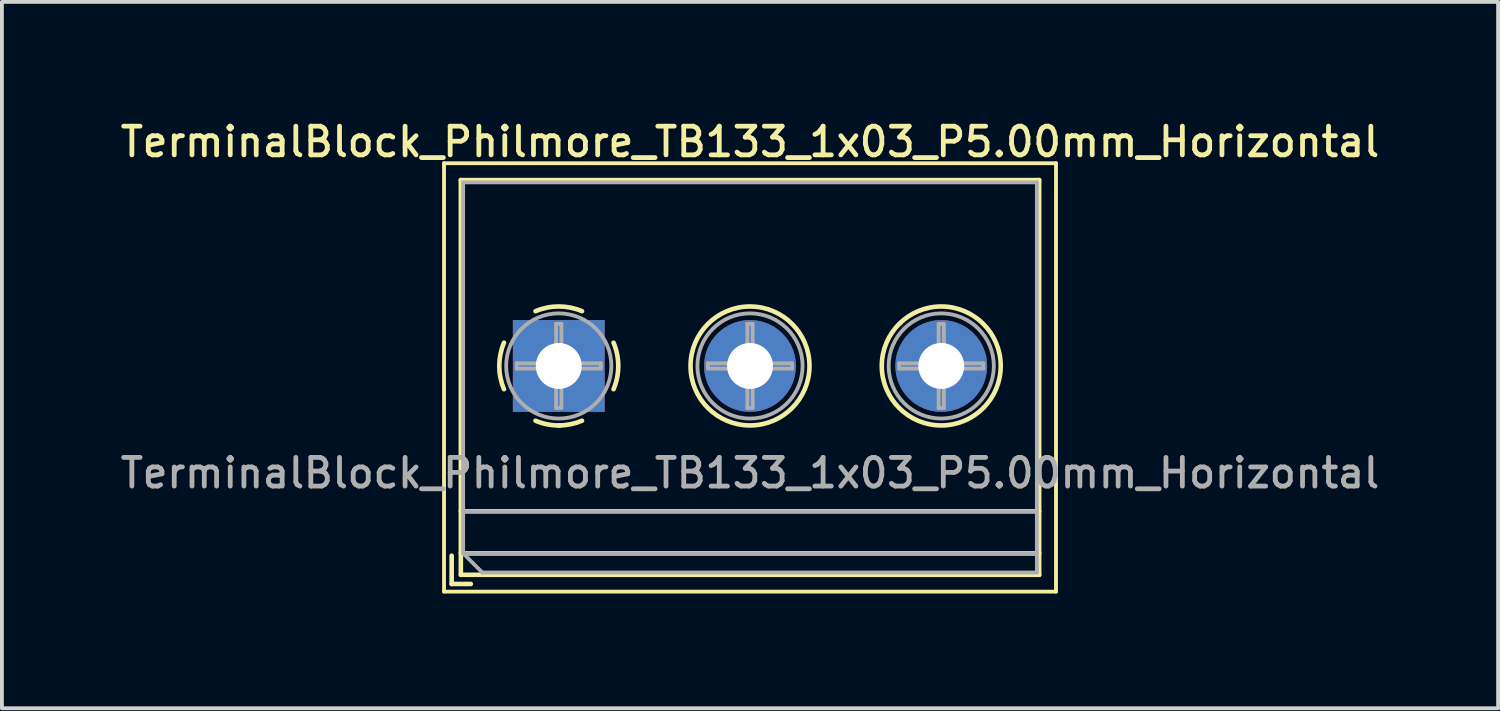
<source format=kicad_pcb>
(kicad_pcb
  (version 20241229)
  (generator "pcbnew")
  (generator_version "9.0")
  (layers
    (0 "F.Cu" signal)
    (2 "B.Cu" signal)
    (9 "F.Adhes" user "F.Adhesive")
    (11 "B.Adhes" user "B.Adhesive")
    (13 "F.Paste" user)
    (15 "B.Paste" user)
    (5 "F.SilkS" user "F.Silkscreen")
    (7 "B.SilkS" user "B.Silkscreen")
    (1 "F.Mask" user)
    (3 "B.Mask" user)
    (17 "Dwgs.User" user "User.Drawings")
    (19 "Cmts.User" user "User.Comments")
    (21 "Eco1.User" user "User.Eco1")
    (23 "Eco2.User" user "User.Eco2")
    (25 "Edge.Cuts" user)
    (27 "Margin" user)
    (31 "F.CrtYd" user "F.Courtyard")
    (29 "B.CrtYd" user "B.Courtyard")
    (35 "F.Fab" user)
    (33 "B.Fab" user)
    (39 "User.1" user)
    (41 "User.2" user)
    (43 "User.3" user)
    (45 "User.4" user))
  (footprint "TerminalBlock_Philmore_TB133_1x03_P5.00mm_Horizontal"
    (layer "F.Cu")
    (at 11.559 6.518)
    (property "Reference" "TerminalBlock_Philmore_TB133_1x03_P5.00mm_Horizontal" (at 5 -5.86 0) (layer "F.SilkS") (effects (font (size 0.75 0.75) (thickness 0.125))))
    (attr through_hole)
    (fp_line (start -3 -5.3) (end -3 5.9) (stroke (width 0.1) (type solid)) (layer "F.SilkS"))
    (fp_line (start -3 5.9) (end 13 5.9) (stroke (width 0.1) (type solid)) (layer "F.SilkS"))
    (fp_line (start -2.8 4.96) (end -2.8 5.7) (stroke (width 0.12) (type solid)) (layer "F.SilkS"))
    (fp_line (start -2.8 5.7) (end -2.3 5.7) (stroke (width 0.12) (type solid)) (layer "F.SilkS"))
    (fp_line (start -2.56 -4.86) (end -2.56 5.46) (stroke (width 0.12) (type solid)) (layer "F.SilkS"))
    (fp_line (start -2.56 -4.86) (end 12.56 -4.86) (stroke (width 0.12) (type solid)) (layer "F.SilkS"))
    (fp_line (start -2.56 3.8) (end 12.56 3.8) (stroke (width 0.12) (type solid)) (layer "F.SilkS"))
    (fp_line (start -2.56 4.9) (end 12.56 4.9) (stroke (width 0.12) (type solid)) (layer "F.SilkS"))
    (fp_line (start -2.56 5.46) (end 12.56 5.46) (stroke (width 0.12) (type solid)) (layer "F.SilkS"))
    (fp_line (start 12.56 -4.86) (end 12.56 5.46) (stroke (width 0.12) (type solid)) (layer "F.SilkS"))
    (fp_line (start 13 -5.3) (end -3 -5.3) (stroke (width 0.1) (type solid)) (layer "F.SilkS"))
    (fp_line (start 13 5.9) (end 13 -5.3) (stroke (width 0.1) (type solid)) (layer "F.SilkS"))
    (fp_arc (start -1.432109 0.607742) (mid -1.555727 -0.00014) (end -1.432 -0.608) (stroke (width 0.12) (type solid)) (layer "F.SilkS"))
    (fp_arc (start -0.607742 -1.432109) (mid 0.00014 -1.555727) (end 0.608 -1.432) (stroke (width 0.12) (type solid)) (layer "F.SilkS"))
    (fp_arc (start 0.027011 1.555493) (mid -0.296984 1.527118) (end -0.608 1.432) (stroke (width 0.12) (type solid)) (layer "F.SilkS"))
    (fp_arc (start 0.607587 1.431385) (mid 0.310017 1.523783) (end 0 1.555) (stroke (width 0.12) (type solid)) (layer "F.SilkS"))
    (fp_arc (start 1.432109 -0.607742) (mid 1.555727 0.00014) (end 1.432 0.608) (stroke (width 0.12) (type solid)) (layer "F.SilkS"))
    (fp_circle (center 5 0) (end 6.555 0) (stroke (width 0.12) (type solid)) (fill no) (layer "F.SilkS"))
    (fp_circle (center 10 0) (end 11.555 0) (stroke (width 0.12) (type solid)) (fill no) (layer "F.SilkS"))
    (fp_line (start -2.5 -4.8) (end 12.5 -4.8) (stroke (width 0.1) (type solid)) (layer "F.Fab"))
    (fp_line (start -2.5 3.8) (end 12.5 3.8) (stroke (width 0.1) (type solid)) (layer "F.Fab"))
    (fp_line (start -2.5 4.9) (end -2.5 -4.8) (stroke (width 0.1) (type solid)) (layer "F.Fab"))
    (fp_line (start -2.5 4.9) (end 12.5 4.9) (stroke (width 0.1) (type solid)) (layer "F.Fab"))
    (fp_line (start -2 5.4) (end -2.5 4.9) (stroke (width 0.1) (type solid)) (layer "F.Fab"))
    (fp_line (start -1.1 -0.069) (end -0.069 -0.069) (stroke (width 0.1) (type solid)) (layer "F.Fab"))
    (fp_line (start -1.1 0.069) (end -1.1 -0.069) (stroke (width 0.1) (type solid)) (layer "F.Fab"))
    (fp_line (start -0.069 -1.1) (end 0.069 -1.1) (stroke (width 0.1) (type solid)) (layer "F.Fab"))
    (fp_line (start -0.069 -0.069) (end -0.069 -1.1) (stroke (width 0.1) (type solid)) (layer "F.Fab"))
    (fp_line (start -0.069 0.069) (end -1.1 0.069) (stroke (width 0.1) (type solid)) (layer "F.Fab"))
    (fp_line (start -0.069 1.1) (end -0.069 0.069) (stroke (width 0.1) (type solid)) (layer "F.Fab"))
    (fp_line (start 0.069 -1.1) (end 0.069 -0.069) (stroke (width 0.1) (type solid)) (layer "F.Fab"))
    (fp_line (start 0.069 -0.069) (end 1.1 -0.069) (stroke (width 0.1) (type solid)) (layer "F.Fab"))
    (fp_line (start 0.069 0.069) (end 0.069 1.1) (stroke (width 0.1) (type solid)) (layer "F.Fab"))
    (fp_line (start 0.069 1.1) (end -0.069 1.1) (stroke (width 0.1) (type solid)) (layer "F.Fab"))
    (fp_line (start 1.1 -0.069) (end 1.1 0.069) (stroke (width 0.1) (type solid)) (layer "F.Fab"))
    (fp_line (start 1.1 0.069) (end 0.069 0.069) (stroke (width 0.1) (type solid)) (layer "F.Fab"))
    (fp_line (start 3.9 -0.069) (end 4.931 -0.069) (stroke (width 0.1) (type solid)) (layer "F.Fab"))
    (fp_line (start 3.9 0.069) (end 3.9 -0.069) (stroke (width 0.1) (type solid)) (layer "F.Fab"))
    (fp_line (start 4.931 -1.1) (end 5.069 -1.1) (stroke (width 0.1) (type solid)) (layer "F.Fab"))
    (fp_line (start 4.931 -0.069) (end 4.931 -1.1) (stroke (width 0.1) (type solid)) (layer "F.Fab"))
    (fp_line (start 4.931 0.069) (end 3.9 0.069) (stroke (width 0.1) (type solid)) (layer "F.Fab"))
    (fp_line (start 4.931 1.1) (end 4.931 0.069) (stroke (width 0.1) (type solid)) (layer "F.Fab"))
    (fp_line (start 5.069 -1.1) (end 5.069 -0.069) (stroke (width 0.1) (type solid)) (layer "F.Fab"))
    (fp_line (start 5.069 -0.069) (end 6.1 -0.069) (stroke (width 0.1) (type solid)) (layer "F.Fab"))
    (fp_line (start 5.069 0.069) (end 5.069 1.1) (stroke (width 0.1) (type solid)) (layer "F.Fab"))
    (fp_line (start 5.069 1.1) (end 4.931 1.1) (stroke (width 0.1) (type solid)) (layer "F.Fab"))
    (fp_line (start 6.1 -0.069) (end 6.1 0.069) (stroke (width 0.1) (type solid)) (layer "F.Fab"))
    (fp_line (start 6.1 0.069) (end 5.069 0.069) (stroke (width 0.1) (type solid)) (layer "F.Fab"))
    (fp_line (start 8.9 -0.069) (end 9.931 -0.069) (stroke (width 0.1) (type solid)) (layer "F.Fab"))
    (fp_line (start 8.9 0.069) (end 8.9 -0.069) (stroke (width 0.1) (type solid)) (layer "F.Fab"))
    (fp_line (start 9.931 -1.1) (end 10.069 -1.1) (stroke (width 0.1) (type solid)) (layer "F.Fab"))
    (fp_line (start 9.931 -0.069) (end 9.931 -1.1) (stroke (width 0.1) (type solid)) (layer "F.Fab"))
    (fp_line (start 9.931 0.069) (end 8.9 0.069) (stroke (width 0.1) (type solid)) (layer "F.Fab"))
    (fp_line (start 9.931 1.1) (end 9.931 0.069) (stroke (width 0.1) (type solid)) (layer "F.Fab"))
    (fp_line (start 10.069 -1.1) (end 10.069 -0.069) (stroke (width 0.1) (type solid)) (layer "F.Fab"))
    (fp_line (start 10.069 -0.069) (end 11.1 -0.069) (stroke (width 0.1) (type solid)) (layer "F.Fab"))
    (fp_line (start 10.069 0.069) (end 10.069 1.1) (stroke (width 0.1) (type solid)) (layer "F.Fab"))
    (fp_line (start 10.069 1.1) (end 9.931 1.1) (stroke (width 0.1) (type solid)) (layer "F.Fab"))
    (fp_line (start 11.1 -0.069) (end 11.1 0.069) (stroke (width 0.1) (type solid)) (layer "F.Fab"))
    (fp_line (start 11.1 0.069) (end 10.069 0.069) (stroke (width 0.1) (type solid)) (layer "F.Fab"))
    (fp_line (start 12.5 -4.8) (end 12.5 5.4) (stroke (width 0.1) (type solid)) (layer "F.Fab"))
    (fp_line (start 12.5 5.4) (end -2 5.4) (stroke (width 0.1) (type solid)) (layer "F.Fab"))
    (fp_circle (center 0 0) (end 1.375 0) (stroke (width 0.1) (type solid)) (fill no) (layer "F.Fab"))
    (fp_circle (center 5 0) (end 6.375 0) (stroke (width 0.1) (type solid)) (fill no) (layer "F.Fab"))
    (fp_circle (center 10 0) (end 11.375 0) (stroke (width 0.1) (type solid)) (fill no) (layer "F.Fab"))
    (fp_text user "${REFERENCE}" (at 5 2.8 0) (layer "F.Fab") (effects (font (size 0.75 0.75) (thickness 0.125))))
    (pad "1" thru_hole rect (at 0 0) (size 2.4 2.4) (drill 1.2) (layers "*.Cu" "*.Mask"))
    (pad "2" thru_hole circle (at 5 0) (size 2.4 2.4) (drill 1.2) (layers "*.Cu" "*.Mask"))
    (pad "3" thru_hole circle (at 10 0) (size 2.4 2.4) (drill 1.2) (layers "*.Cu" "*.Mask")))
  (gr_rect
    (start -3 -3)
    (end 36.118 15.468)
    (stroke (width 0.1) (type default))
    (fill no)
    (layer "Edge.Cuts")))
</source>
